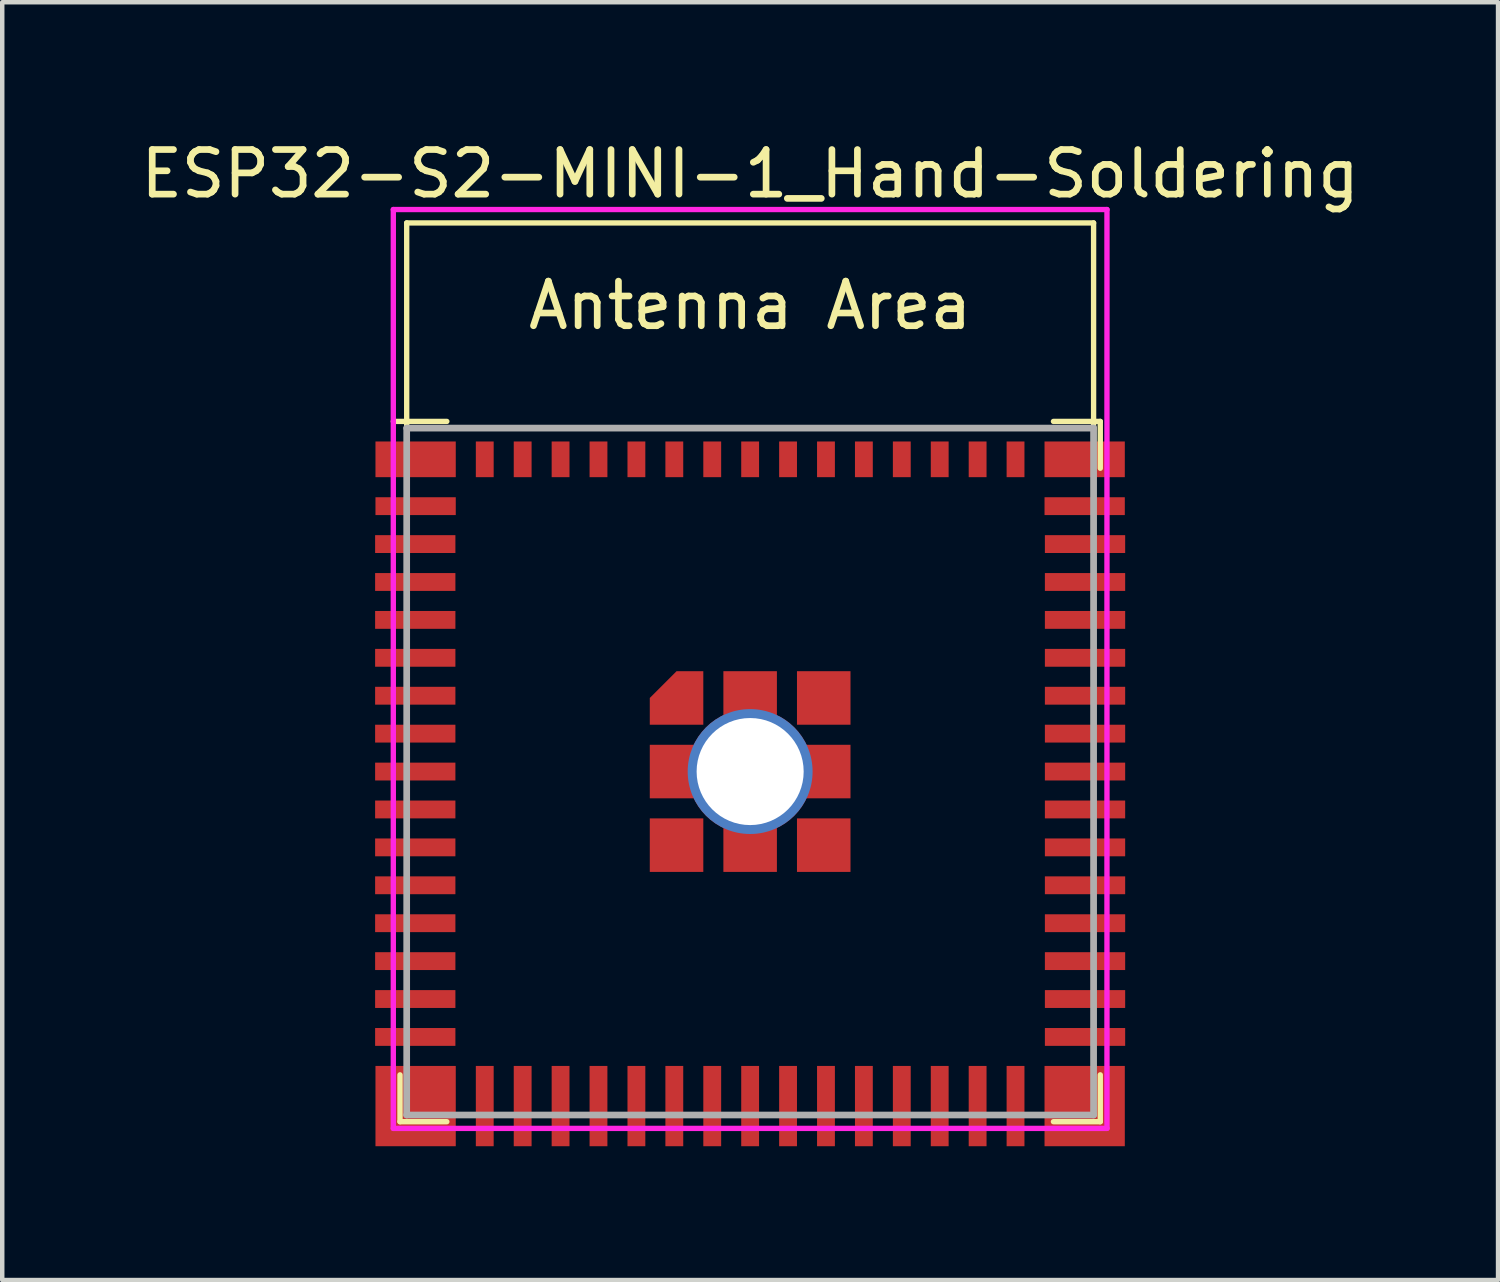
<source format=kicad_pcb>
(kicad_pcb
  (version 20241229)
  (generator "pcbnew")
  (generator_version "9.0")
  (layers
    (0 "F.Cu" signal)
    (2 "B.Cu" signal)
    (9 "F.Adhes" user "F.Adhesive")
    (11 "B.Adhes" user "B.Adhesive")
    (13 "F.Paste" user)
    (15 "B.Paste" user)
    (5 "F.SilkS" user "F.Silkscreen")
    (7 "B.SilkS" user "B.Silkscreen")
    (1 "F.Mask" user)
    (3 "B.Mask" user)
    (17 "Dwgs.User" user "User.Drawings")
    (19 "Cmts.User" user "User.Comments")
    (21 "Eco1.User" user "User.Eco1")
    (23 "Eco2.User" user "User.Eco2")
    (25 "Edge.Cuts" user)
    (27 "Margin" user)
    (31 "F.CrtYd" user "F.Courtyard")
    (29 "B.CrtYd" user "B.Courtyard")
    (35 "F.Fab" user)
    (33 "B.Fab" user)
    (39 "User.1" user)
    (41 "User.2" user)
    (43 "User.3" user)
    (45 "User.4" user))
  (footprint "ESP32-S2-MINI-1_Hand-Soldering"
    (layer "F.Cu")
    (at 13.768 14.248)
    (property "Reference" "ESP32-S2-MINI-1_Hand-Soldering" (at 0 -13.4 0) (layer "F.SilkS") (effects (font (size 1 1) (thickness 0.15))))
    (attr smd)
    (fp_line (start -7.85 7.85) (end -7.85 6.8) (stroke (width 0.12) (type solid)) (layer "F.SilkS"))
    (fp_line (start -7.7 -12.3) (end -7.7 -7.7) (stroke (width 0.12) (type solid)) (layer "F.SilkS"))
    (fp_line (start -7.7 -12.3) (end 7.7 -12.3) (stroke (width 0.12) (type solid)) (layer "F.SilkS"))
    (fp_line (start -7.7 7.7) (end -7.7 -7.7) (stroke (width 0.12) (type solid)) (layer "F.SilkS"))
    (fp_line (start -6.8 -7.85) (end -8 -7.85) (stroke (width 0.12) (type solid)) (layer "F.SilkS"))
    (fp_line (start -6.8 7.85) (end -7.85 7.85) (stroke (width 0.12) (type solid)) (layer "F.SilkS"))
    (fp_line (start 6.8 -7.85) (end 7.85 -7.85) (stroke (width 0.12) (type solid)) (layer "F.SilkS"))
    (fp_line (start 6.8 7.85) (end 7.85 7.85) (stroke (width 0.12) (type solid)) (layer "F.SilkS"))
    (fp_line (start 7.7 -12.3) (end 7.7 -7.7) (stroke (width 0.12) (type solid)) (layer "F.SilkS"))
    (fp_line (start 7.7 -7.7) (end 7.7 7.7) (stroke (width 0.12) (type solid)) (layer "F.SilkS"))
    (fp_line (start 7.7 7.7) (end -7.7 7.7) (stroke (width 0.12) (type solid)) (layer "F.SilkS"))
    (fp_line (start 7.85 -7.85) (end 7.85 -6.8) (stroke (width 0.12) (type solid)) (layer "F.SilkS"))
    (fp_line (start 7.85 7.85) (end 7.85 6.8) (stroke (width 0.12) (type solid)) (layer "F.SilkS"))
    (fp_line (start -8 -12.6) (end -8 8) (stroke (width 0.12) (type solid)) (layer "F.CrtYd"))
    (fp_line (start -8 8) (end 8 8) (stroke (width 0.12) (type solid)) (layer "F.CrtYd"))
    (fp_line (start 8 -12.6) (end -8 -12.6) (stroke (width 0.12) (type solid)) (layer "F.CrtYd"))
    (fp_line (start 8 8) (end 8 -12.6) (stroke (width 0.12) (type solid)) (layer "F.CrtYd"))
    (fp_line (start -7.7 -7.7) (end -7.7 7.7) (stroke (width 0.15) (type solid)) (layer "F.Fab"))
    (fp_line (start -7.7 7.7) (end 7.7 7.7) (stroke (width 0.15) (type solid)) (layer "F.Fab"))
    (fp_line (start 7.7 -7.7) (end -7.7 -7.7) (stroke (width 0.15) (type solid)) (layer "F.Fab"))
    (fp_line (start 7.7 7.7) (end 7.7 -7.7) (stroke (width 0.15) (type solid)) (layer "F.Fab"))
    (fp_text user "Antenna Area" (at 0 -10.45 0) (layer "F.SilkS") (effects (font (size 1 1) (thickness 0.15))))
    (pad "1" smd rect (at -7.5 -5.95 90) (size 0.4 1.8) (layers "F.Cu" "F.Mask" "F.Paste"))
    (pad "2" smd rect (at -7.508 -5.1 90) (size 0.4 1.8) (layers "F.Cu" "F.Mask" "F.Paste"))
    (pad "3" smd rect (at -7.508 -4.25 90) (size 0.4 1.8) (layers "F.Cu" "F.Mask" "F.Paste"))
    (pad "4" smd rect (at -7.508 -3.4 90) (size 0.4 1.8) (layers "F.Cu" "F.Mask" "F.Paste"))
    (pad "5" smd rect (at -7.508 -2.55 90) (size 0.4 1.8) (layers "F.Cu" "F.Mask" "F.Paste"))
    (pad "6" smd rect (at -7.508 -1.7 90) (size 0.4 1.8) (layers "F.Cu" "F.Mask" "F.Paste"))
    (pad "7" smd rect (at -7.508 -0.85 90) (size 0.4 1.8) (layers "F.Cu" "F.Mask" "F.Paste"))
    (pad "8" smd rect (at -7.508 0 90) (size 0.4 1.8) (layers "F.Cu" "F.Mask" "F.Paste"))
    (pad "9" smd rect (at -7.508 0.85 90) (size 0.4 1.8) (layers "F.Cu" "F.Mask" "F.Paste"))
    (pad "10" smd rect (at -7.508 1.7 90) (size 0.4 1.8) (layers "F.Cu" "F.Mask" "F.Paste"))
    (pad "11" smd rect (at -7.508 2.55 90) (size 0.4 1.8) (layers "F.Cu" "F.Mask" "F.Paste"))
    (pad "12" smd rect (at -7.508 3.4 90) (size 0.4 1.8) (layers "F.Cu" "F.Mask" "F.Paste"))
    (pad "13" smd rect (at -7.508 4.25 90) (size 0.4 1.8) (layers "F.Cu" "F.Mask" "F.Paste"))
    (pad "14" smd rect (at -7.508 5.1 90) (size 0.4 1.8) (layers "F.Cu" "F.Mask" "F.Paste"))
    (pad "15" smd rect (at -7.508 5.95 90) (size 0.4 1.8) (layers "F.Cu" "F.Mask" "F.Paste"))
    (pad "16" smd rect (at -5.95 7.5) (size 0.4 1.8) (layers "F.Cu" "F.Mask" "F.Paste"))
    (pad "17" smd rect (at -5.1 7.5) (size 0.4 1.8) (layers "F.Cu" "F.Mask" "F.Paste"))
    (pad "18" smd rect (at -4.25 7.5) (size 0.4 1.8) (layers "F.Cu" "F.Mask" "F.Paste"))
    (pad "19" smd rect (at -3.4 7.5) (size 0.4 1.8) (layers "F.Cu" "F.Mask" "F.Paste"))
    (pad "20" smd rect (at -2.55 7.5) (size 0.4 1.8) (layers "F.Cu" "F.Mask" "F.Paste"))
    (pad "21" smd rect (at -1.7 7.5) (size 0.4 1.8) (layers "F.Cu" "F.Mask" "F.Paste"))
    (pad "22" smd rect (at -0.85 7.5) (size 0.4 1.8) (layers "F.Cu" "F.Mask" "F.Paste"))
    (pad "23" smd rect (at 0 7.5) (size 0.4 1.8) (layers "F.Cu" "F.Mask" "F.Paste"))
    (pad "24" smd rect (at 0.85 7.5) (size 0.4 1.8) (layers "F.Cu" "F.Mask" "F.Paste"))
    (pad "25" smd rect (at 1.7 7.5) (size 0.4 1.8) (layers "F.Cu" "F.Mask" "F.Paste"))
    (pad "26" smd rect (at 2.55 7.5) (size 0.4 1.8) (layers "F.Cu" "F.Mask" "F.Paste"))
    (pad "27" smd rect (at 3.4 7.5) (size 0.4 1.8) (layers "F.Cu" "F.Mask" "F.Paste"))
    (pad "28" smd rect (at 4.25 7.5) (size 0.4 1.8) (layers "F.Cu" "F.Mask" "F.Paste"))
    (pad "29" smd rect (at 5.1 7.5) (size 0.4 1.8) (layers "F.Cu" "F.Mask" "F.Paste"))
    (pad "30" smd rect (at 5.95 7.5) (size 0.4 1.8) (layers "F.Cu" "F.Mask" "F.Paste"))
    (pad "31" smd rect (at 7.508 5.95 90) (size 0.4 1.8) (layers "F.Cu" "F.Mask" "F.Paste"))
    (pad "32" smd rect (at 7.508 5.1 90) (size 0.4 1.8) (layers "F.Cu" "F.Mask" "F.Paste"))
    (pad "33" smd rect (at 7.508 4.25 90) (size 0.4 1.8) (layers "F.Cu" "F.Mask" "F.Paste"))
    (pad "34" smd rect (at 7.508 3.4 90) (size 0.4 1.8) (layers "F.Cu" "F.Mask" "F.Paste"))
    (pad "35" smd rect (at 7.508 2.55 90) (size 0.4 1.8) (layers "F.Cu" "F.Mask" "F.Paste"))
    (pad "36" smd rect (at 7.508 1.7 90) (size 0.4 1.8) (layers "F.Cu" "F.Mask" "F.Paste"))
    (pad "37" smd rect (at 7.508 0.85 90) (size 0.4 1.8) (layers "F.Cu" "F.Mask" "F.Paste"))
    (pad "38" smd rect (at 7.508 0 90) (size 0.4 1.8) (layers "F.Cu" "F.Mask" "F.Paste"))
    (pad "39" smd rect (at 7.508 -0.85 90) (size 0.4 1.8) (layers "F.Cu" "F.Mask" "F.Paste"))
    (pad "40" smd rect (at 7.508 -1.7 90) (size 0.4 1.8) (layers "F.Cu" "F.Mask" "F.Paste"))
    (pad "41" smd rect (at 7.508 -2.55 90) (size 0.4 1.8) (layers "F.Cu" "F.Mask" "F.Paste"))
    (pad "42" smd rect (at 7.508 -3.4 90) (size 0.4 1.8) (layers "F.Cu" "F.Mask" "F.Paste"))
    (pad "43" smd rect (at 7.508 -4.25 90) (size 0.4 1.8) (layers "F.Cu" "F.Mask" "F.Paste"))
    (pad "44" smd rect (at 7.508 -5.1 90) (size 0.4 1.8) (layers "F.Cu" "F.Mask" "F.Paste"))
    (pad "45" smd rect (at 7.5 -5.95 90) (size 0.4 1.8) (layers "F.Cu" "F.Mask" "F.Paste"))
    (pad "46" smd rect (at -7.5 -7 180) (size 1.8 0.8) (layers "F.Cu" "F.Mask" "F.Paste"))
    (pad "46" smd rect (at -7.5 7.5 180) (size 1.8 1.8) (layers "F.Cu" "F.Mask" "F.Paste"))
    (pad "46" smd rect (at -5.95 -7) (size 0.4 0.8) (layers "F.Cu" "F.Mask" "F.Paste"))
    (pad "46" smd rect (at -5.1 -7) (size 0.4 0.8) (layers "F.Cu" "F.Mask" "F.Paste"))
    (pad "46" smd rect (at -4.25 -7) (size 0.4 0.8) (layers "F.Cu" "F.Mask" "F.Paste"))
    (pad "46" smd rect (at -3.4 -7) (size 0.4 0.8) (layers "F.Cu" "F.Mask" "F.Paste"))
    (pad "46" smd rect (at -2.55 -7) (size 0.4 0.8) (layers "F.Cu" "F.Mask" "F.Paste"))
    (pad "46" smd rect (at -1.7 -7) (size 0.4 0.8) (layers "F.Cu" "F.Mask" "F.Paste"))
    (pad "46" smd custom (at -1.65 -1.65) (size 0.6 0.6) (layers "F.Cu" "F.Mask" "F.Paste") (options (anchor rect)) (primitives (gr_poly (pts (xy -0.6 0.6) (xy 0.6 0.6) (xy 0.6 -0.6) (xy 0 -0.6) (xy -0.6 0)) (width 0) (fill yes))))
    (pad "46" smd rect (at -1.65 0) (size 1.2 1.2) (layers "F.Cu" "F.Mask" "F.Paste"))
    (pad "46" smd rect (at -1.65 1.65) (size 1.2 1.2) (layers "F.Cu" "F.Mask" "F.Paste"))
    (pad "46" smd rect (at -0.85 -7) (size 0.4 0.8) (layers "F.Cu" "F.Mask" "F.Paste"))
    (pad "46" smd rect (at 0 -7) (size 0.4 0.8) (layers "F.Cu" "F.Mask" "F.Paste"))
    (pad "46" smd rect (at 0 -1.65) (size 1.2 1.2) (layers "F.Cu" "F.Mask" "F.Paste"))
    (pad "46" thru_hole circle (at 0 0) (size 2.8 2.8) (drill 2.4) (layers "*.Cu" "*.Mask"))
    (pad "46" smd rect (at 0 1.65) (size 1.2 1.2) (layers "F.Cu" "F.Mask" "F.Paste"))
    (pad "46" smd rect (at 0.85 -7) (size 0.4 0.8) (layers "F.Cu" "F.Mask" "F.Paste"))
    (pad "46" smd rect (at 1.65 -1.65) (size 1.2 1.2) (layers "F.Cu" "F.Mask" "F.Paste"))
    (pad "46" smd rect (at 1.65 0) (size 1.2 1.2) (layers "F.Cu" "F.Mask" "F.Paste"))
    (pad "46" smd rect (at 1.65 1.65) (size 1.2 1.2) (layers "F.Cu" "F.Mask" "F.Paste"))
    (pad "46" smd rect (at 1.7 -7) (size 0.4 0.8) (layers "F.Cu" "F.Mask" "F.Paste"))
    (pad "46" smd rect (at 2.55 -7) (size 0.4 0.8) (layers "F.Cu" "F.Mask" "F.Paste"))
    (pad "46" smd rect (at 3.4 -7) (size 0.4 0.8) (layers "F.Cu" "F.Mask" "F.Paste"))
    (pad "46" smd rect (at 4.25 -7) (size 0.4 0.8) (layers "F.Cu" "F.Mask" "F.Paste"))
    (pad "46" smd rect (at 5.1 -7) (size 0.4 0.8) (layers "F.Cu" "F.Mask" "F.Paste"))
    (pad "46" smd rect (at 5.95 -7) (size 0.4 0.8) (layers "F.Cu" "F.Mask" "F.Paste"))
    (pad "46" smd rect (at 7.5 -7 180) (size 1.8 0.8) (layers "F.Cu" "F.Mask" "F.Paste"))
    (pad "46" smd rect (at 7.5 7.5 180) (size 1.8 1.8) (layers "F.Cu" "F.Mask" "F.Paste")))
  (gr_rect
    (start -3 -3)
    (end 30.536 25.648)
    (stroke (width 0.1) (type default))
    (fill no)
    (layer "Edge.Cuts")))
</source>
